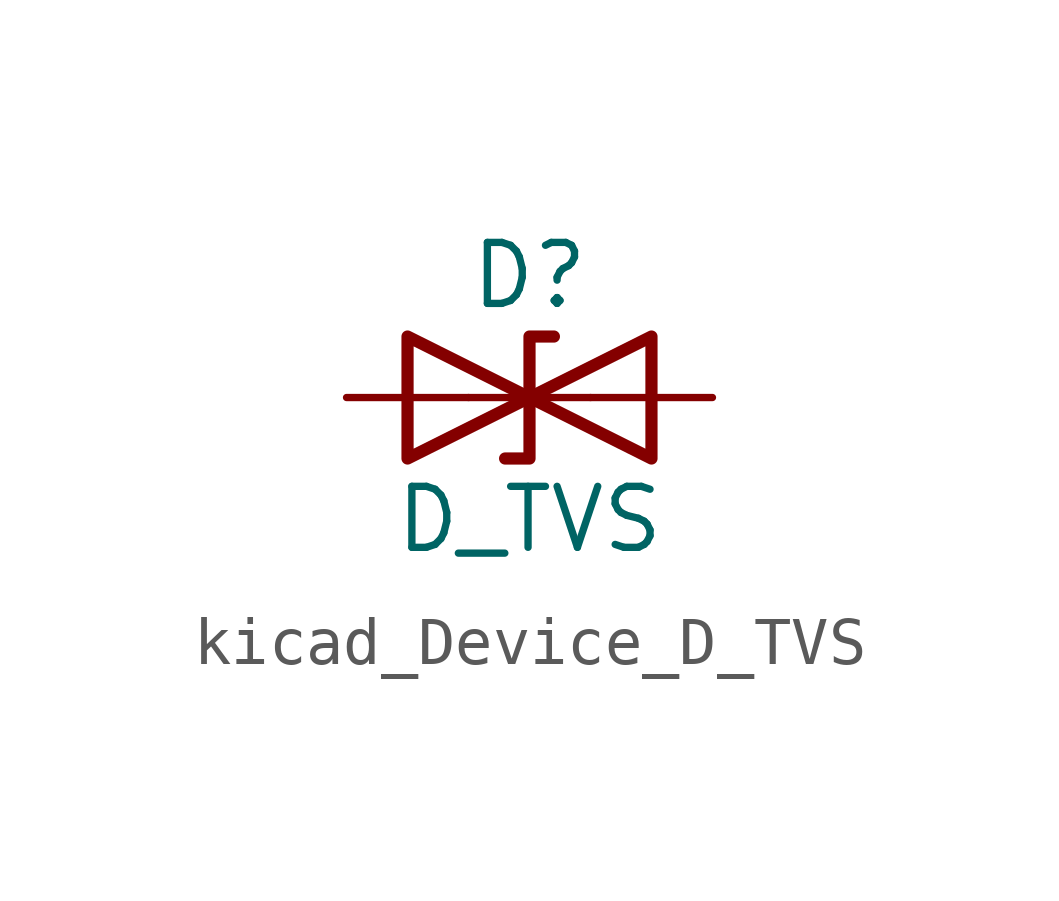
<source format=kicad_sym>
(kicad_symbol_lib
  (version 20220914)
  (generator kicad_symbol_editor)
  (symbol "kicad_Device_D_TVS"
    (pin_numbers hide)
    (pin_names
      (offset 1.016) hide)
    (property "Reference" "D"
      (at 0 2.54 0)
      (effects (font (size 1.27 1.27))))
    (property "Value" "D_TVS"
      (at 0 -2.54 0)
      (effects (font (size 1.27 1.27))))
    (symbol "kicad_Device_D_TVS_0_1"
      (polyline (pts (xy 1.27 0) (xy -1.27 0)) (stroke (width 0) (type default)) (fill (type none)))
      (polyline (pts (xy 0.508 1.27) (xy 0 1.27) (xy 0 -1.27) (xy -0.508 -1.27)) (stroke (width 0.254) (type default)) (fill (type none)))
      (polyline (pts (xy -2.54 1.27) (xy -2.54 -1.27) (xy 2.54 1.27) (xy 2.54 -1.27) (xy -2.54 1.27)) (stroke (width 0.254) (type default)) (fill (type none))))
    (symbol "kicad_Device_D_TVS_1_1"
      (pin passive line (at -3.81 0 0) (length 2.54) (name "A1" (effects (font (size 1.27 1.27)))) (number "1" (effects (font (size 1.27 1.27)))))
      (pin passive line (at 3.81 0 180) (length 2.54) (name "A2" (effects (font (size 1.27 1.27)))) (number "2" (effects (font (size 1.27 1.27))))))))
</source>
